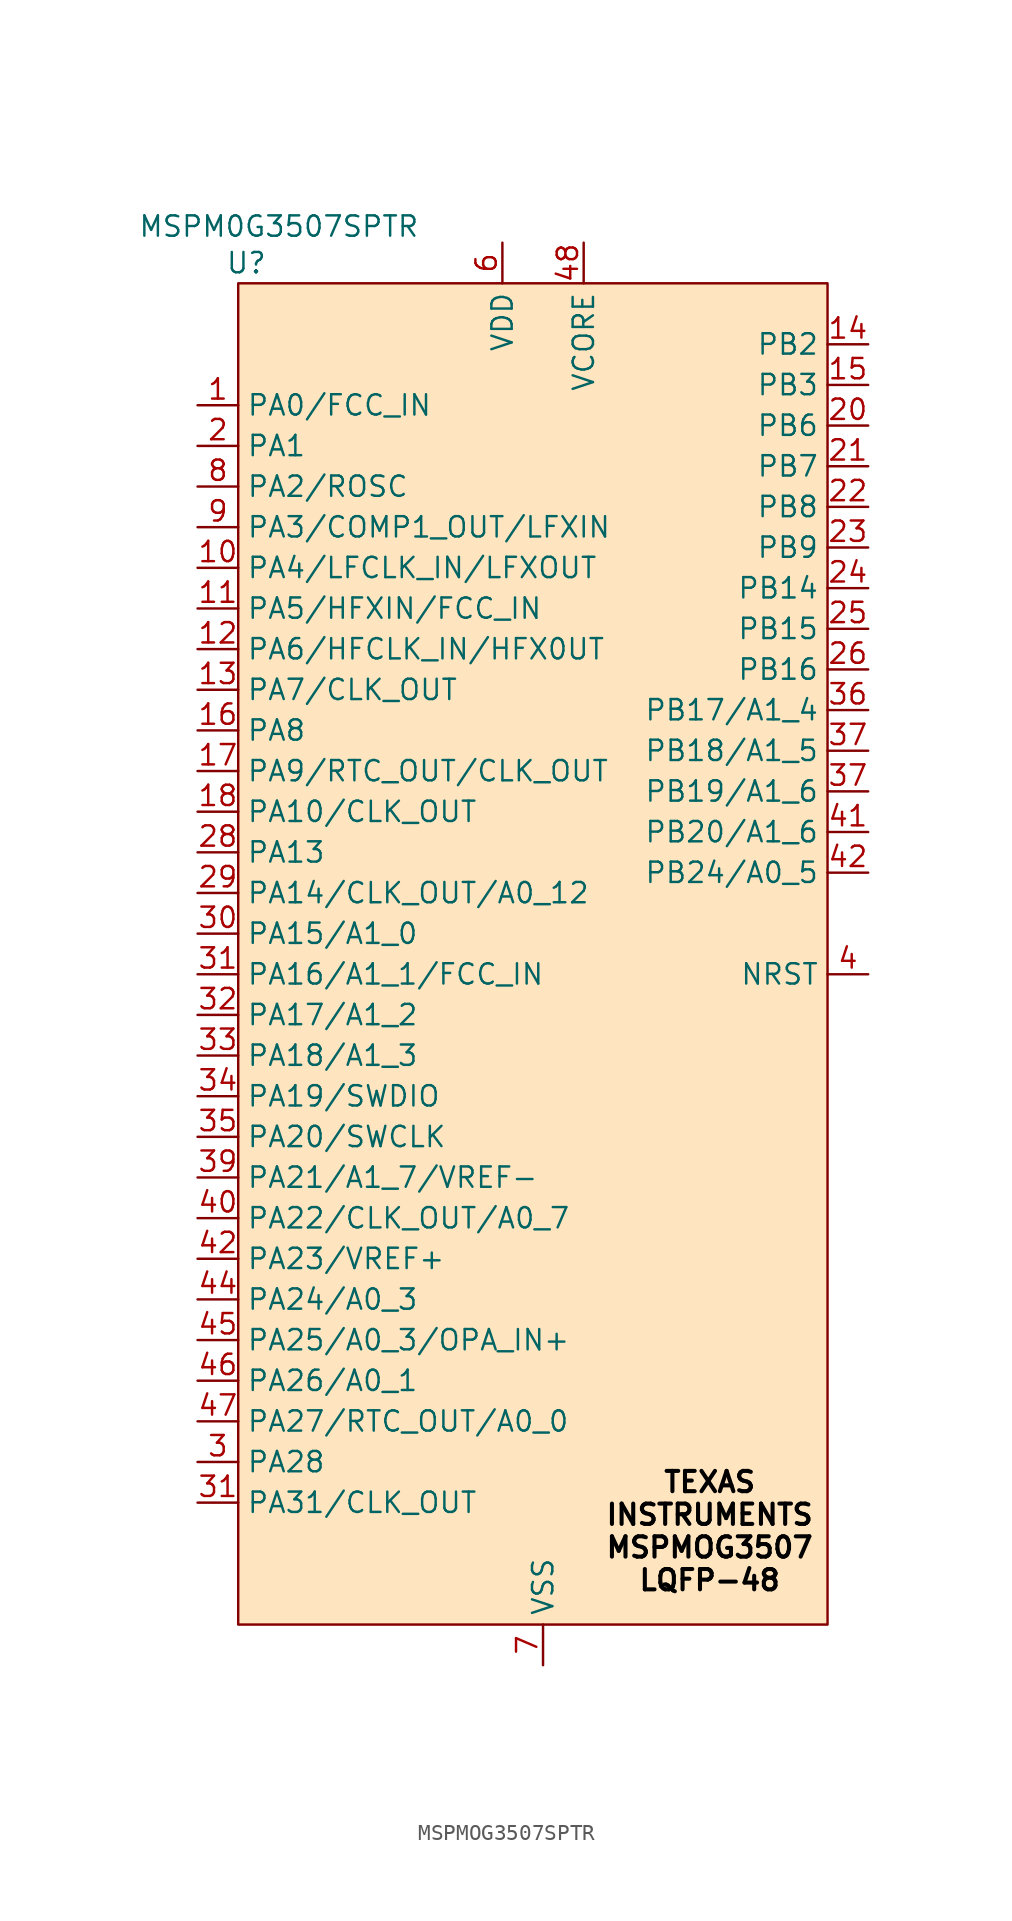
<source format=kicad_sym>
(kicad_symbol_lib
  (version 20241209)
  (generator "kicad_symbol_editor")
  (generator_version "9.0")
  (symbol "MSPMOG3507SPTR"
    (property "Reference" "U"
      (at 0.508 1.27 0)
      (effects (font (size 1.27 1.27))))
    (property "Value" "MSPM0G3507SPTR"
      (at 2.54 3.556 0)
      (effects (font (size 1.27 1.27))))
    (symbol "MSPMOG3507SPTR_1_1"
      (rectangle (start 0 0) (end 36.83 -83.82) (stroke (width 0) (type solid) (color 132 0 0 1)) (fill (type color) (color 255 229 191 1)))
      (text "TEXAS\nINSTRUMENTS\nMSPMOG3507\nLQFP-48" (at 29.464 -77.978 0) (effects (font (size 1.27 1.27) (thickness 0.254) (bold yes) (color 0 0 0 1))))
      (pin input line (at -2.54 -7.62 0) (length 2.54) (name "PA0/FCC_IN" (effects (font (size 1.27 1.27)))) (number "1" (effects (font (size 1.27 1.27)))))
      (pin bidirectional line (at -2.54 -10.16 0) (length 2.54) (name "PA1" (effects (font (size 1.27 1.27)))) (number "2" (effects (font (size 1.27 1.27)))))
      (pin bidirectional line (at -2.54 -12.7 0) (length 2.54) (name "PA2/ROSC" (effects (font (size 1.27 1.27)))) (number "8" (effects (font (size 1.27 1.27)))))
      (pin input line (at -2.54 -15.24 0) (length 2.54) (name "PA3/COMP1_OUT/LFXIN" (effects (font (size 1.27 1.27)))) (number "9" (effects (font (size 1.27 1.27)))))
      (pin output line (at -2.54 -17.78 0) (length 2.54) (name "PA4/LFCLK_IN/LFXOUT" (effects (font (size 1.27 1.27)))) (number "10" (effects (font (size 1.27 1.27)))))
      (pin input line (at -2.54 -20.32 0) (length 2.54) (name "PA5/HFXIN/FCC_IN" (effects (font (size 1.27 1.27)))) (number "11" (effects (font (size 1.27 1.27)))))
      (pin output line (at -2.54 -22.86 0) (length 2.54) (name "PA6/HFCLK_IN/HFX0UT" (effects (font (size 1.27 1.27)))) (number "12" (effects (font (size 1.27 1.27)))))
      (pin output line (at -2.54 -25.4 0) (length 2.54) (name "PA7/CLK_OUT" (effects (font (size 1.27 1.27)))) (number "13" (effects (font (size 1.27 1.27)))))
      (pin input line (at -2.54 -27.94 0) (length 2.54) (name "PA8" (effects (font (size 1.27 1.27)))) (number "16" (effects (font (size 1.27 1.27)))))
      (pin bidirectional line (at -2.54 -30.48 0) (length 2.54) (name "PA9/RTC_OUT/CLK_OUT" (effects (font (size 1.27 1.27)))) (number "17" (effects (font (size 1.27 1.27)))))
      (pin bidirectional line (at -2.54 -33.02 0) (length 2.54) (name "PA10/CLK_OUT" (effects (font (size 1.27 1.27)))) (number "18" (effects (font (size 1.27 1.27)))))
      (pin bidirectional line (at -2.54 -35.56 0) (length 2.54) (name "PA13" (effects (font (size 1.27 1.27)))) (number "28" (effects (font (size 1.27 1.27)))))
      (pin bidirectional line (at -2.54 -38.1 0) (length 2.54) (name "PA14/CLK_OUT/A0_12" (effects (font (size 1.27 1.27)))) (number "29" (effects (font (size 1.27 1.27)))))
      (pin bidirectional line (at -2.54 -40.64 0) (length 2.54) (name "PA15/A1_0" (effects (font (size 1.27 1.27)))) (number "30" (effects (font (size 1.27 1.27)))))
      (pin bidirectional line (at -2.54 -43.18 0) (length 2.54) (name "PA16/A1_1/FCC_IN" (effects (font (size 1.27 1.27)))) (number "31" (effects (font (size 1.27 1.27)))))
      (pin bidirectional line (at -2.54 -45.72 0) (length 2.54) (name "PA17/A1_2" (effects (font (size 1.27 1.27)))) (number "32" (effects (font (size 1.27 1.27)))))
      (pin bidirectional line (at -2.54 -48.26 0) (length 2.54) (name "PA18/A1_3" (effects (font (size 1.27 1.27)))) (number "33" (effects (font (size 1.27 1.27)))))
      (pin bidirectional line (at -2.54 -50.8 0) (length 2.54) (name "PA19/SWDIO" (effects (font (size 1.27 1.27)))) (number "34" (effects (font (size 1.27 1.27)))))
      (pin bidirectional line (at -2.54 -53.34 0) (length 2.54) (name "PA20/SWCLK" (effects (font (size 1.27 1.27)))) (number "35" (effects (font (size 1.27 1.27)))))
      (pin bidirectional line (at -2.54 -55.88 0) (length 2.54) (name "PA21/A1_7/VREF-" (effects (font (size 1.27 1.27)))) (number "39" (effects (font (size 1.27 1.27)))))
      (pin bidirectional line (at -2.54 -58.42 0) (length 2.54) (name "PA22/CLK_OUT/A0_7" (effects (font (size 1.27 1.27)))) (number "40" (effects (font (size 1.27 1.27)))))
      (pin bidirectional line (at -2.54 -60.96 0) (length 2.54) (name "PA23/VREF+" (effects (font (size 1.27 1.27)))) (number "42" (effects (font (size 1.27 1.27)))))
      (pin bidirectional line (at -2.54 -63.5 0) (length 2.54) (name "PA24/A0_3" (effects (font (size 1.27 1.27)))) (number "44" (effects (font (size 1.27 1.27)))))
      (pin bidirectional line (at -2.54 -66.04 0) (length 2.54) (name "PA25/A0_3/OPA_IN+" (effects (font (size 1.27 1.27)))) (number "45" (effects (font (size 1.27 1.27)))))
      (pin bidirectional line (at -2.54 -68.58 0) (length 2.54) (name "PA26/A0_1" (effects (font (size 1.27 1.27)))) (number "46" (effects (font (size 1.27 1.27)))))
      (pin bidirectional line (at -2.54 -71.12 0) (length 2.54) (name "PA27/RTC_OUT/A0_0" (effects (font (size 1.27 1.27)))) (number "47" (effects (font (size 1.27 1.27)))))
      (pin bidirectional line (at -2.54 -73.66 0) (length 2.54) (name "PA28" (effects (font (size 1.27 1.27)))) (number "3" (effects (font (size 1.27 1.27)))))
      (pin input line (at -2.54 -76.2 0) (length 2.54) (name "PA31/CLK_OUT" (effects (font (size 1.27 1.27)))) (number "31" (effects (font (size 1.27 1.27)))))
      (pin power_in line (at 16.51 2.54 270) (length 2.54) (name "VDD" (effects (font (size 1.27 1.27)))) (number "6" (effects (font (size 1.27 1.27)))))
      (pin power_in line (at 19.05 -86.36 90) (length 2.54) (name "VSS" (effects (font (size 1.27 1.27)))) (number "7" (effects (font (size 1.27 1.27)))))
      (pin power_out line (at 21.59 2.54 270) (length 2.54) (name "VCORE" (effects (font (size 1.27 1.27)))) (number "48" (effects (font (size 1.27 1.27)))))
      (pin bidirectional line (at 39.37 -3.81 180) (length 2.54) (name "PB2" (effects (font (size 1.27 1.27)))) (number "14" (effects (font (size 1.27 1.27)))))
      (pin bidirectional line (at 39.37 -6.35 180) (length 2.54) (name "PB3" (effects (font (size 1.27 1.27)))) (number "15" (effects (font (size 1.27 1.27)))))
      (pin bidirectional line (at 39.37 -8.89 180) (length 2.54) (name "PB6" (effects (font (size 1.27 1.27)))) (number "20" (effects (font (size 1.27 1.27)))))
      (pin bidirectional line (at 39.37 -11.43 180) (length 2.54) (name "PB7" (effects (font (size 1.27 1.27)))) (number "21" (effects (font (size 1.27 1.27)))))
      (pin bidirectional line (at 39.37 -13.97 180) (length 2.54) (name "PB8" (effects (font (size 1.27 1.27)))) (number "22" (effects (font (size 1.27 1.27)))))
      (pin bidirectional line (at 39.37 -16.51 180) (length 2.54) (name "PB9" (effects (font (size 1.27 1.27)))) (number "23" (effects (font (size 1.27 1.27)))))
      (pin bidirectional line (at 39.37 -19.05 180) (length 2.54) (name "PB14" (effects (font (size 1.27 1.27)))) (number "24" (effects (font (size 1.27 1.27)))))
      (pin bidirectional line (at 39.37 -21.59 180) (length 2.54) (name "PB15" (effects (font (size 1.27 1.27)))) (number "25" (effects (font (size 1.27 1.27)))))
      (pin bidirectional line (at 39.37 -24.13 180) (length 2.54) (name "PB16" (effects (font (size 1.27 1.27)))) (number "26" (effects (font (size 1.27 1.27)))))
      (pin bidirectional line (at 39.37 -26.67 180) (length 2.54) (name "PB17/A1_4" (effects (font (size 1.27 1.27)))) (number "36" (effects (font (size 1.27 1.27)))))
      (pin bidirectional line (at 39.37 -29.21 180) (length 2.54) (name "PB18/A1_5" (effects (font (size 1.27 1.27)))) (number "37" (effects (font (size 1.27 1.27)))))
      (pin bidirectional line (at 39.37 -31.75 180) (length 2.54) (name "PB19/A1_6" (effects (font (size 1.27 1.27)))) (number "37" (effects (font (size 1.27 1.27)))))
      (pin bidirectional line (at 39.37 -34.29 180) (length 2.54) (name "PB20/A1_6" (effects (font (size 1.27 1.27)))) (number "41" (effects (font (size 1.27 1.27)))))
      (pin bidirectional line (at 39.37 -36.83 180) (length 2.54) (name "PB24/A0_5" (effects (font (size 1.27 1.27)))) (number "42" (effects (font (size 1.27 1.27)))))
      (pin input line (at 39.37 -43.18 180) (length 2.54) (name "NRST" (effects (font (size 1.27 1.27)))) (number "4" (effects (font (size 1.27 1.27))))))))
</source>
